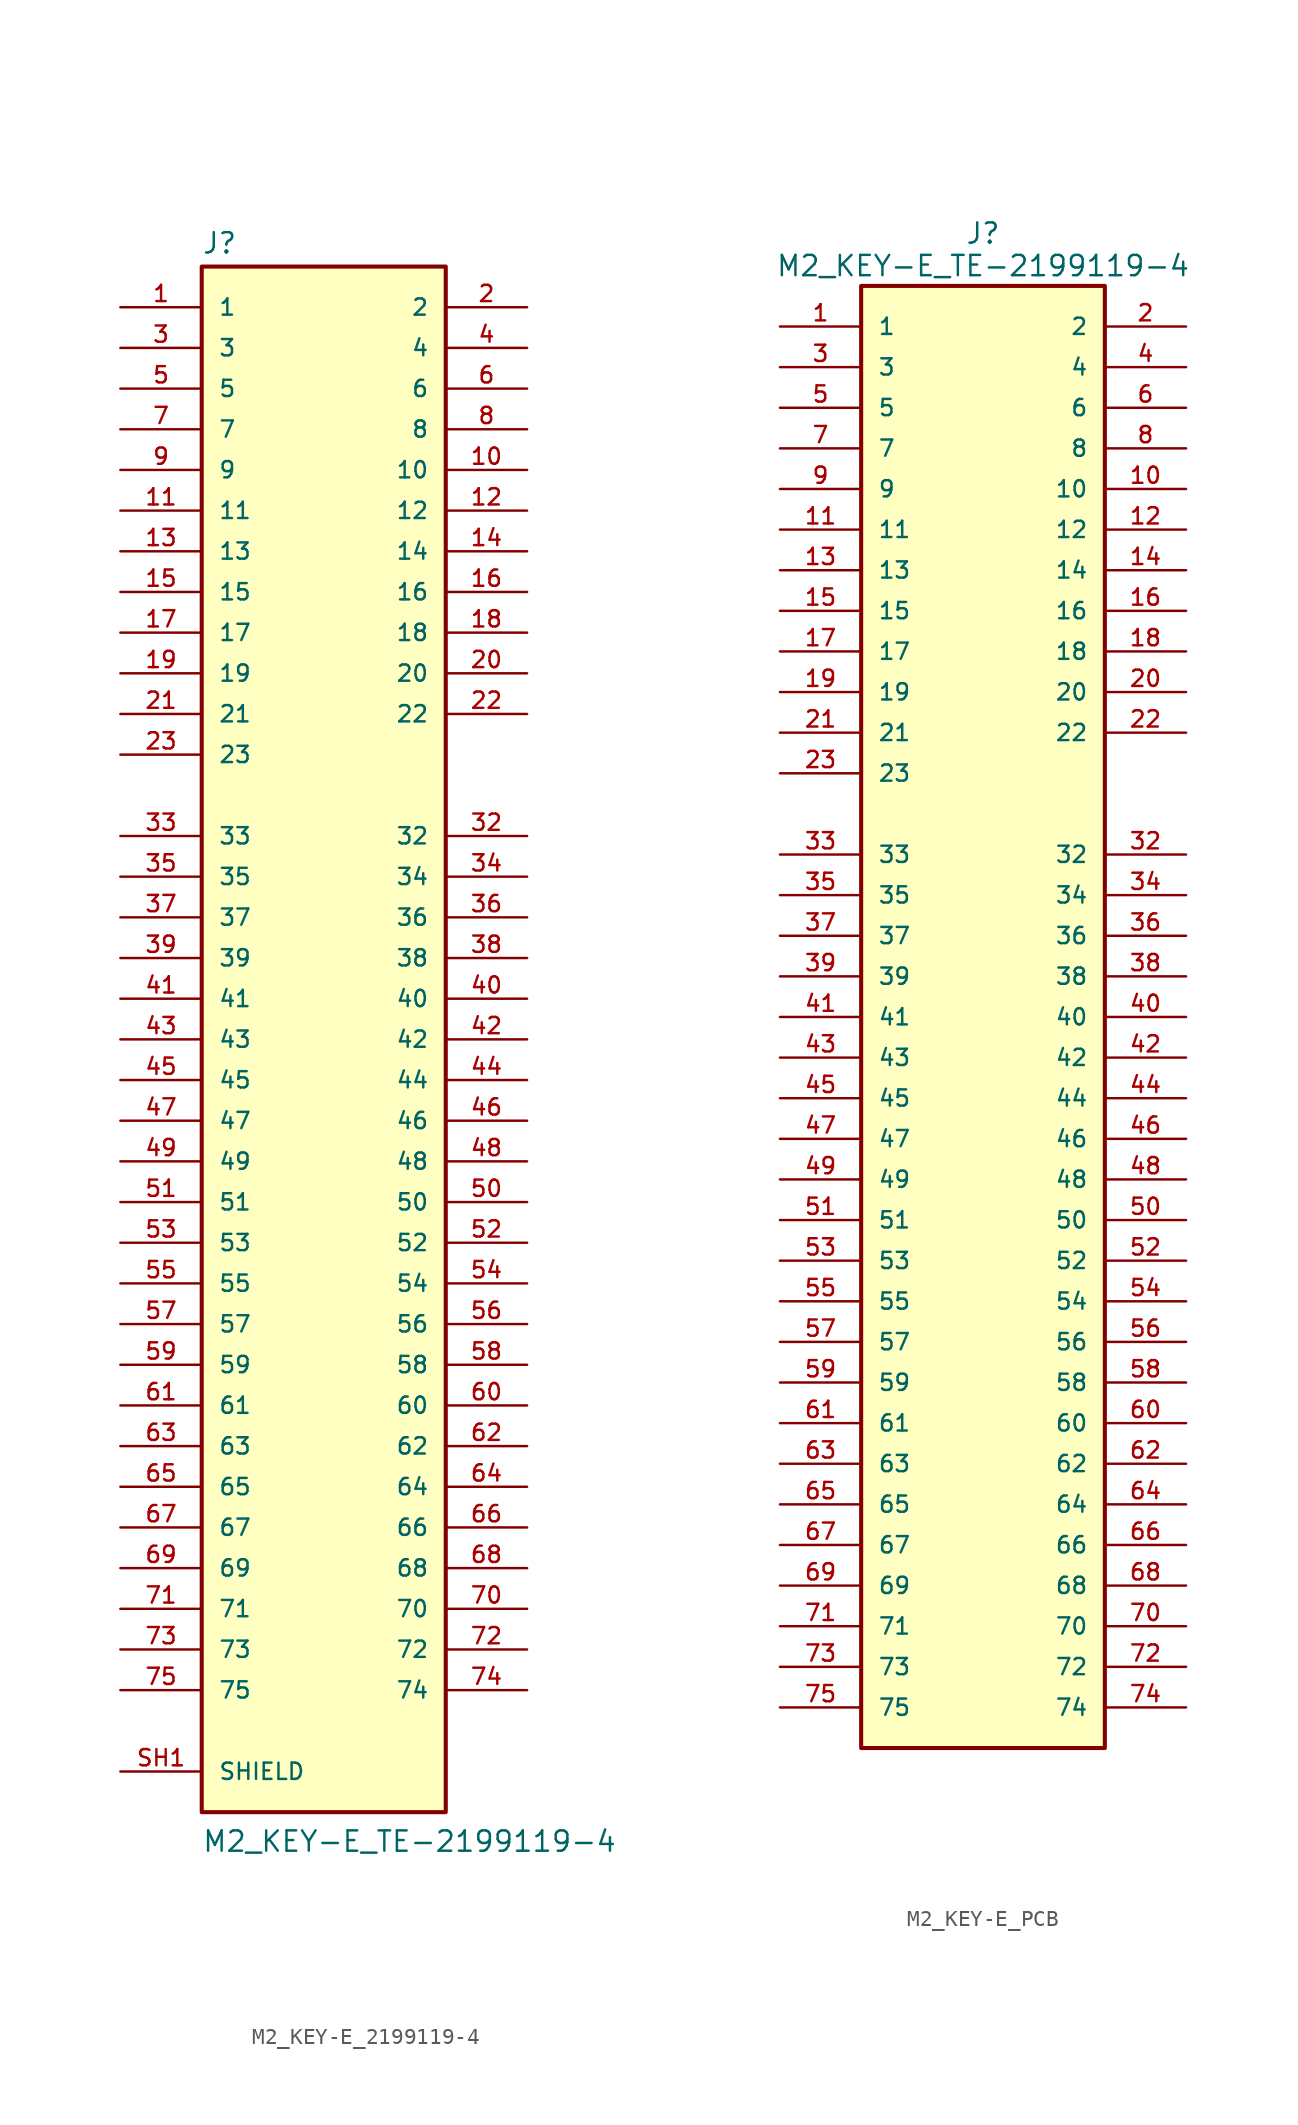
<source format=kicad_sym>
(kicad_symbol_lib
  (version 20231120)
  (generator "kicad_symbol_editor")
  (generator_version "8.0")
  (symbol "M2_KEY-E_2199119-4"
    (pin_names
      (offset 1.016))
    (property "Reference" "J"
      (at -7.633 48.977 0)
      (effects (font (size 1.27 1.27)) (justify left bottom)))
    (property "Value" "M2_KEY-E_TE-2199119-4"
      (at -7.625 -50.831 0)
      (effects (font (size 1.27 1.27)) (justify left bottom)))
    (symbol "M2_KEY-E_2199119-4_0_0"
      (rectangle (start -7.62 -48.26) (end 7.62 48.26) (stroke (width 0.254) (type default)) (fill (type background)))
      (pin passive line (at -12.7 45.72 0) (length 5.08) (name "1" (effects (font (size 1.016 1.016)))) (number "1" (effects (font (size 1.016 1.016)))))
      (pin passive line (at 12.7 35.56 180) (length 5.08) (name "10" (effects (font (size 1.016 1.016)))) (number "10" (effects (font (size 1.016 1.016)))))
      (pin passive line (at -12.7 33.02 0) (length 5.08) (name "11" (effects (font (size 1.016 1.016)))) (number "11" (effects (font (size 1.016 1.016)))))
      (pin passive line (at 12.7 33.02 180) (length 5.08) (name "12" (effects (font (size 1.016 1.016)))) (number "12" (effects (font (size 1.016 1.016)))))
      (pin passive line (at -12.7 30.48 0) (length 5.08) (name "13" (effects (font (size 1.016 1.016)))) (number "13" (effects (font (size 1.016 1.016)))))
      (pin passive line (at 12.7 30.48 180) (length 5.08) (name "14" (effects (font (size 1.016 1.016)))) (number "14" (effects (font (size 1.016 1.016)))))
      (pin passive line (at -12.7 27.94 0) (length 5.08) (name "15" (effects (font (size 1.016 1.016)))) (number "15" (effects (font (size 1.016 1.016)))))
      (pin passive line (at 12.7 27.94 180) (length 5.08) (name "16" (effects (font (size 1.016 1.016)))) (number "16" (effects (font (size 1.016 1.016)))))
      (pin passive line (at -12.7 25.4 0) (length 5.08) (name "17" (effects (font (size 1.016 1.016)))) (number "17" (effects (font (size 1.016 1.016)))))
      (pin passive line (at 12.7 25.4 180) (length 5.08) (name "18" (effects (font (size 1.016 1.016)))) (number "18" (effects (font (size 1.016 1.016)))))
      (pin passive line (at -12.7 22.86 0) (length 5.08) (name "19" (effects (font (size 1.016 1.016)))) (number "19" (effects (font (size 1.016 1.016)))))
      (pin passive line (at 12.7 45.72 180) (length 5.08) (name "2" (effects (font (size 1.016 1.016)))) (number "2" (effects (font (size 1.016 1.016)))))
      (pin passive line (at 12.7 22.86 180) (length 5.08) (name "20" (effects (font (size 1.016 1.016)))) (number "20" (effects (font (size 1.016 1.016)))))
      (pin passive line (at -12.7 20.32 0) (length 5.08) (name "21" (effects (font (size 1.016 1.016)))) (number "21" (effects (font (size 1.016 1.016)))))
      (pin passive line (at 12.7 20.32 180) (length 5.08) (name "22" (effects (font (size 1.016 1.016)))) (number "22" (effects (font (size 1.016 1.016)))))
      (pin passive line (at -12.7 17.78 0) (length 5.08) (name "23" (effects (font (size 1.016 1.016)))) (number "23" (effects (font (size 1.016 1.016)))))
      (pin passive line (at -12.7 43.18 0) (length 5.08) (name "3" (effects (font (size 1.016 1.016)))) (number "3" (effects (font (size 1.016 1.016)))))
      (pin passive line (at 12.7 12.7 180) (length 5.08) (name "32" (effects (font (size 1.016 1.016)))) (number "32" (effects (font (size 1.016 1.016)))))
      (pin passive line (at -12.7 12.7 0) (length 5.08) (name "33" (effects (font (size 1.016 1.016)))) (number "33" (effects (font (size 1.016 1.016)))))
      (pin passive line (at 12.7 10.16 180) (length 5.08) (name "34" (effects (font (size 1.016 1.016)))) (number "34" (effects (font (size 1.016 1.016)))))
      (pin passive line (at -12.7 10.16 0) (length 5.08) (name "35" (effects (font (size 1.016 1.016)))) (number "35" (effects (font (size 1.016 1.016)))))
      (pin passive line (at 12.7 7.62 180) (length 5.08) (name "36" (effects (font (size 1.016 1.016)))) (number "36" (effects (font (size 1.016 1.016)))))
      (pin passive line (at -12.7 7.62 0) (length 5.08) (name "37" (effects (font (size 1.016 1.016)))) (number "37" (effects (font (size 1.016 1.016)))))
      (pin passive line (at 12.7 5.08 180) (length 5.08) (name "38" (effects (font (size 1.016 1.016)))) (number "38" (effects (font (size 1.016 1.016)))))
      (pin passive line (at -12.7 5.08 0) (length 5.08) (name "39" (effects (font (size 1.016 1.016)))) (number "39" (effects (font (size 1.016 1.016)))))
      (pin passive line (at 12.7 43.18 180) (length 5.08) (name "4" (effects (font (size 1.016 1.016)))) (number "4" (effects (font (size 1.016 1.016)))))
      (pin passive line (at 12.7 2.54 180) (length 5.08) (name "40" (effects (font (size 1.016 1.016)))) (number "40" (effects (font (size 1.016 1.016)))))
      (pin passive line (at -12.7 2.54 0) (length 5.08) (name "41" (effects (font (size 1.016 1.016)))) (number "41" (effects (font (size 1.016 1.016)))))
      (pin passive line (at 12.7 0 180) (length 5.08) (name "42" (effects (font (size 1.016 1.016)))) (number "42" (effects (font (size 1.016 1.016)))))
      (pin passive line (at -12.7 0 0) (length 5.08) (name "43" (effects (font (size 1.016 1.016)))) (number "43" (effects (font (size 1.016 1.016)))))
      (pin passive line (at 12.7 -2.54 180) (length 5.08) (name "44" (effects (font (size 1.016 1.016)))) (number "44" (effects (font (size 1.016 1.016)))))
      (pin passive line (at -12.7 -2.54 0) (length 5.08) (name "45" (effects (font (size 1.016 1.016)))) (number "45" (effects (font (size 1.016 1.016)))))
      (pin passive line (at 12.7 -5.08 180) (length 5.08) (name "46" (effects (font (size 1.016 1.016)))) (number "46" (effects (font (size 1.016 1.016)))))
      (pin passive line (at -12.7 -5.08 0) (length 5.08) (name "47" (effects (font (size 1.016 1.016)))) (number "47" (effects (font (size 1.016 1.016)))))
      (pin passive line (at 12.7 -7.62 180) (length 5.08) (name "48" (effects (font (size 1.016 1.016)))) (number "48" (effects (font (size 1.016 1.016)))))
      (pin passive line (at -12.7 -7.62 0) (length 5.08) (name "49" (effects (font (size 1.016 1.016)))) (number "49" (effects (font (size 1.016 1.016)))))
      (pin passive line (at -12.7 40.64 0) (length 5.08) (name "5" (effects (font (size 1.016 1.016)))) (number "5" (effects (font (size 1.016 1.016)))))
      (pin passive line (at 12.7 -10.16 180) (length 5.08) (name "50" (effects (font (size 1.016 1.016)))) (number "50" (effects (font (size 1.016 1.016)))))
      (pin passive line (at -12.7 -10.16 0) (length 5.08) (name "51" (effects (font (size 1.016 1.016)))) (number "51" (effects (font (size 1.016 1.016)))))
      (pin passive line (at 12.7 -12.7 180) (length 5.08) (name "52" (effects (font (size 1.016 1.016)))) (number "52" (effects (font (size 1.016 1.016)))))
      (pin passive line (at -12.7 -12.7 0) (length 5.08) (name "53" (effects (font (size 1.016 1.016)))) (number "53" (effects (font (size 1.016 1.016)))))
      (pin passive line (at 12.7 -15.24 180) (length 5.08) (name "54" (effects (font (size 1.016 1.016)))) (number "54" (effects (font (size 1.016 1.016)))))
      (pin passive line (at -12.7 -15.24 0) (length 5.08) (name "55" (effects (font (size 1.016 1.016)))) (number "55" (effects (font (size 1.016 1.016)))))
      (pin passive line (at 12.7 -17.78 180) (length 5.08) (name "56" (effects (font (size 1.016 1.016)))) (number "56" (effects (font (size 1.016 1.016)))))
      (pin passive line (at -12.7 -17.78 0) (length 5.08) (name "57" (effects (font (size 1.016 1.016)))) (number "57" (effects (font (size 1.016 1.016)))))
      (pin passive line (at 12.7 -20.32 180) (length 5.08) (name "58" (effects (font (size 1.016 1.016)))) (number "58" (effects (font (size 1.016 1.016)))))
      (pin passive line (at -12.7 -20.32 0) (length 5.08) (name "59" (effects (font (size 1.016 1.016)))) (number "59" (effects (font (size 1.016 1.016)))))
      (pin passive line (at 12.7 40.64 180) (length 5.08) (name "6" (effects (font (size 1.016 1.016)))) (number "6" (effects (font (size 1.016 1.016)))))
      (pin passive line (at 12.7 -22.86 180) (length 5.08) (name "60" (effects (font (size 1.016 1.016)))) (number "60" (effects (font (size 1.016 1.016)))))
      (pin passive line (at -12.7 -22.86 0) (length 5.08) (name "61" (effects (font (size 1.016 1.016)))) (number "61" (effects (font (size 1.016 1.016)))))
      (pin passive line (at 12.7 -25.4 180) (length 5.08) (name "62" (effects (font (size 1.016 1.016)))) (number "62" (effects (font (size 1.016 1.016)))))
      (pin passive line (at -12.7 -25.4 0) (length 5.08) (name "63" (effects (font (size 1.016 1.016)))) (number "63" (effects (font (size 1.016 1.016)))))
      (pin passive line (at 12.7 -27.94 180) (length 5.08) (name "64" (effects (font (size 1.016 1.016)))) (number "64" (effects (font (size 1.016 1.016)))))
      (pin passive line (at -12.7 -27.94 0) (length 5.08) (name "65" (effects (font (size 1.016 1.016)))) (number "65" (effects (font (size 1.016 1.016)))))
      (pin passive line (at 12.7 -30.48 180) (length 5.08) (name "66" (effects (font (size 1.016 1.016)))) (number "66" (effects (font (size 1.016 1.016)))))
      (pin passive line (at -12.7 -30.48 0) (length 5.08) (name "67" (effects (font (size 1.016 1.016)))) (number "67" (effects (font (size 1.016 1.016)))))
      (pin passive line (at 12.7 -33.02 180) (length 5.08) (name "68" (effects (font (size 1.016 1.016)))) (number "68" (effects (font (size 1.016 1.016)))))
      (pin passive line (at -12.7 -33.02 0) (length 5.08) (name "69" (effects (font (size 1.016 1.016)))) (number "69" (effects (font (size 1.016 1.016)))))
      (pin passive line (at -12.7 38.1 0) (length 5.08) (name "7" (effects (font (size 1.016 1.016)))) (number "7" (effects (font (size 1.016 1.016)))))
      (pin passive line (at 12.7 -35.56 180) (length 5.08) (name "70" (effects (font (size 1.016 1.016)))) (number "70" (effects (font (size 1.016 1.016)))))
      (pin passive line (at -12.7 -35.56 0) (length 5.08) (name "71" (effects (font (size 1.016 1.016)))) (number "71" (effects (font (size 1.016 1.016)))))
      (pin passive line (at 12.7 -38.1 180) (length 5.08) (name "72" (effects (font (size 1.016 1.016)))) (number "72" (effects (font (size 1.016 1.016)))))
      (pin passive line (at -12.7 -38.1 0) (length 5.08) (name "73" (effects (font (size 1.016 1.016)))) (number "73" (effects (font (size 1.016 1.016)))))
      (pin passive line (at 12.7 -40.64 180) (length 5.08) (name "74" (effects (font (size 1.016 1.016)))) (number "74" (effects (font (size 1.016 1.016)))))
      (pin passive line (at -12.7 -40.64 0) (length 5.08) (name "75" (effects (font (size 1.016 1.016)))) (number "75" (effects (font (size 1.016 1.016)))))
      (pin passive line (at 12.7 38.1 180) (length 5.08) (name "8" (effects (font (size 1.016 1.016)))) (number "8" (effects (font (size 1.016 1.016)))))
      (pin passive line (at -12.7 35.56 0) (length 5.08) (name "9" (effects (font (size 1.016 1.016)))) (number "9" (effects (font (size 1.016 1.016)))))
      (pin passive line (at -12.7 -45.72 0) (length 5.08) (name "SHIELD" (effects (font (size 1.016 1.016)))) (number "SH1" (effects (font (size 1.016 1.016))))))
    (symbol "M2_KEY-E_2199119-4_1_0"
      (pin passive line (at -12.7 -45.72 0) (length 5.08) hide (name "SHIELD" (effects (font (size 1.016 1.016)))) (number "SH2" (effects (font (size 1.016 1.016)))))))
  (symbol "M2_KEY-E_PCB"
    (pin_names
      (offset 1.016))
    (property "Reference" "J"
      (at 0 50.8 0)
      (effects (font (size 1.27 1.27)) (justify bottom)))
    (property "Value" "M2_KEY-E_TE-2199119-4"
      (at 0 48.768 0)
      (effects (font (size 1.27 1.27)) (justify bottom)))
    (symbol "M2_KEY-E_PCB_0_0"
      (rectangle (start -7.62 48.26) (end 7.62 -43.18) (stroke (width 0.254) (type default)) (fill (type background)))
      (pin passive line (at -12.7 45.72 0) (length 5.08) (name "1" (effects (font (size 1.016 1.016)))) (number "1" (effects (font (size 1.016 1.016)))))
      (pin passive line (at 12.7 35.56 180) (length 5.08) (name "10" (effects (font (size 1.016 1.016)))) (number "10" (effects (font (size 1.016 1.016)))))
      (pin passive line (at -12.7 33.02 0) (length 5.08) (name "11" (effects (font (size 1.016 1.016)))) (number "11" (effects (font (size 1.016 1.016)))))
      (pin passive line (at 12.7 33.02 180) (length 5.08) (name "12" (effects (font (size 1.016 1.016)))) (number "12" (effects (font (size 1.016 1.016)))))
      (pin passive line (at -12.7 30.48 0) (length 5.08) (name "13" (effects (font (size 1.016 1.016)))) (number "13" (effects (font (size 1.016 1.016)))))
      (pin passive line (at 12.7 30.48 180) (length 5.08) (name "14" (effects (font (size 1.016 1.016)))) (number "14" (effects (font (size 1.016 1.016)))))
      (pin passive line (at -12.7 27.94 0) (length 5.08) (name "15" (effects (font (size 1.016 1.016)))) (number "15" (effects (font (size 1.016 1.016)))))
      (pin passive line (at 12.7 27.94 180) (length 5.08) (name "16" (effects (font (size 1.016 1.016)))) (number "16" (effects (font (size 1.016 1.016)))))
      (pin passive line (at -12.7 25.4 0) (length 5.08) (name "17" (effects (font (size 1.016 1.016)))) (number "17" (effects (font (size 1.016 1.016)))))
      (pin passive line (at 12.7 25.4 180) (length 5.08) (name "18" (effects (font (size 1.016 1.016)))) (number "18" (effects (font (size 1.016 1.016)))))
      (pin passive line (at -12.7 22.86 0) (length 5.08) (name "19" (effects (font (size 1.016 1.016)))) (number "19" (effects (font (size 1.016 1.016)))))
      (pin passive line (at 12.7 45.72 180) (length 5.08) (name "2" (effects (font (size 1.016 1.016)))) (number "2" (effects (font (size 1.016 1.016)))))
      (pin passive line (at 12.7 22.86 180) (length 5.08) (name "20" (effects (font (size 1.016 1.016)))) (number "20" (effects (font (size 1.016 1.016)))))
      (pin passive line (at -12.7 20.32 0) (length 5.08) (name "21" (effects (font (size 1.016 1.016)))) (number "21" (effects (font (size 1.016 1.016)))))
      (pin passive line (at 12.7 20.32 180) (length 5.08) (name "22" (effects (font (size 1.016 1.016)))) (number "22" (effects (font (size 1.016 1.016)))))
      (pin passive line (at -12.7 17.78 0) (length 5.08) (name "23" (effects (font (size 1.016 1.016)))) (number "23" (effects (font (size 1.016 1.016)))))
      (pin passive line (at -12.7 43.18 0) (length 5.08) (name "3" (effects (font (size 1.016 1.016)))) (number "3" (effects (font (size 1.016 1.016)))))
      (pin passive line (at 12.7 12.7 180) (length 5.08) (name "32" (effects (font (size 1.016 1.016)))) (number "32" (effects (font (size 1.016 1.016)))))
      (pin passive line (at -12.7 12.7 0) (length 5.08) (name "33" (effects (font (size 1.016 1.016)))) (number "33" (effects (font (size 1.016 1.016)))))
      (pin passive line (at 12.7 10.16 180) (length 5.08) (name "34" (effects (font (size 1.016 1.016)))) (number "34" (effects (font (size 1.016 1.016)))))
      (pin passive line (at -12.7 10.16 0) (length 5.08) (name "35" (effects (font (size 1.016 1.016)))) (number "35" (effects (font (size 1.016 1.016)))))
      (pin passive line (at 12.7 7.62 180) (length 5.08) (name "36" (effects (font (size 1.016 1.016)))) (number "36" (effects (font (size 1.016 1.016)))))
      (pin passive line (at -12.7 7.62 0) (length 5.08) (name "37" (effects (font (size 1.016 1.016)))) (number "37" (effects (font (size 1.016 1.016)))))
      (pin passive line (at 12.7 5.08 180) (length 5.08) (name "38" (effects (font (size 1.016 1.016)))) (number "38" (effects (font (size 1.016 1.016)))))
      (pin passive line (at -12.7 5.08 0) (length 5.08) (name "39" (effects (font (size 1.016 1.016)))) (number "39" (effects (font (size 1.016 1.016)))))
      (pin passive line (at 12.7 43.18 180) (length 5.08) (name "4" (effects (font (size 1.016 1.016)))) (number "4" (effects (font (size 1.016 1.016)))))
      (pin passive line (at 12.7 2.54 180) (length 5.08) (name "40" (effects (font (size 1.016 1.016)))) (number "40" (effects (font (size 1.016 1.016)))))
      (pin passive line (at -12.7 2.54 0) (length 5.08) (name "41" (effects (font (size 1.016 1.016)))) (number "41" (effects (font (size 1.016 1.016)))))
      (pin passive line (at 12.7 0 180) (length 5.08) (name "42" (effects (font (size 1.016 1.016)))) (number "42" (effects (font (size 1.016 1.016)))))
      (pin passive line (at -12.7 0 0) (length 5.08) (name "43" (effects (font (size 1.016 1.016)))) (number "43" (effects (font (size 1.016 1.016)))))
      (pin passive line (at 12.7 -2.54 180) (length 5.08) (name "44" (effects (font (size 1.016 1.016)))) (number "44" (effects (font (size 1.016 1.016)))))
      (pin passive line (at -12.7 -2.54 0) (length 5.08) (name "45" (effects (font (size 1.016 1.016)))) (number "45" (effects (font (size 1.016 1.016)))))
      (pin passive line (at 12.7 -5.08 180) (length 5.08) (name "46" (effects (font (size 1.016 1.016)))) (number "46" (effects (font (size 1.016 1.016)))))
      (pin passive line (at -12.7 -5.08 0) (length 5.08) (name "47" (effects (font (size 1.016 1.016)))) (number "47" (effects (font (size 1.016 1.016)))))
      (pin passive line (at 12.7 -7.62 180) (length 5.08) (name "48" (effects (font (size 1.016 1.016)))) (number "48" (effects (font (size 1.016 1.016)))))
      (pin passive line (at -12.7 -7.62 0) (length 5.08) (name "49" (effects (font (size 1.016 1.016)))) (number "49" (effects (font (size 1.016 1.016)))))
      (pin passive line (at -12.7 40.64 0) (length 5.08) (name "5" (effects (font (size 1.016 1.016)))) (number "5" (effects (font (size 1.016 1.016)))))
      (pin passive line (at 12.7 -10.16 180) (length 5.08) (name "50" (effects (font (size 1.016 1.016)))) (number "50" (effects (font (size 1.016 1.016)))))
      (pin passive line (at -12.7 -10.16 0) (length 5.08) (name "51" (effects (font (size 1.016 1.016)))) (number "51" (effects (font (size 1.016 1.016)))))
      (pin passive line (at 12.7 -12.7 180) (length 5.08) (name "52" (effects (font (size 1.016 1.016)))) (number "52" (effects (font (size 1.016 1.016)))))
      (pin passive line (at -12.7 -12.7 0) (length 5.08) (name "53" (effects (font (size 1.016 1.016)))) (number "53" (effects (font (size 1.016 1.016)))))
      (pin passive line (at 12.7 -15.24 180) (length 5.08) (name "54" (effects (font (size 1.016 1.016)))) (number "54" (effects (font (size 1.016 1.016)))))
      (pin passive line (at -12.7 -15.24 0) (length 5.08) (name "55" (effects (font (size 1.016 1.016)))) (number "55" (effects (font (size 1.016 1.016)))))
      (pin passive line (at 12.7 -17.78 180) (length 5.08) (name "56" (effects (font (size 1.016 1.016)))) (number "56" (effects (font (size 1.016 1.016)))))
      (pin passive line (at -12.7 -17.78 0) (length 5.08) (name "57" (effects (font (size 1.016 1.016)))) (number "57" (effects (font (size 1.016 1.016)))))
      (pin passive line (at 12.7 -20.32 180) (length 5.08) (name "58" (effects (font (size 1.016 1.016)))) (number "58" (effects (font (size 1.016 1.016)))))
      (pin passive line (at -12.7 -20.32 0) (length 5.08) (name "59" (effects (font (size 1.016 1.016)))) (number "59" (effects (font (size 1.016 1.016)))))
      (pin passive line (at 12.7 40.64 180) (length 5.08) (name "6" (effects (font (size 1.016 1.016)))) (number "6" (effects (font (size 1.016 1.016)))))
      (pin passive line (at 12.7 -22.86 180) (length 5.08) (name "60" (effects (font (size 1.016 1.016)))) (number "60" (effects (font (size 1.016 1.016)))))
      (pin passive line (at -12.7 -22.86 0) (length 5.08) (name "61" (effects (font (size 1.016 1.016)))) (number "61" (effects (font (size 1.016 1.016)))))
      (pin passive line (at 12.7 -25.4 180) (length 5.08) (name "62" (effects (font (size 1.016 1.016)))) (number "62" (effects (font (size 1.016 1.016)))))
      (pin passive line (at -12.7 -25.4 0) (length 5.08) (name "63" (effects (font (size 1.016 1.016)))) (number "63" (effects (font (size 1.016 1.016)))))
      (pin passive line (at 12.7 -27.94 180) (length 5.08) (name "64" (effects (font (size 1.016 1.016)))) (number "64" (effects (font (size 1.016 1.016)))))
      (pin passive line (at -12.7 -27.94 0) (length 5.08) (name "65" (effects (font (size 1.016 1.016)))) (number "65" (effects (font (size 1.016 1.016)))))
      (pin passive line (at 12.7 -30.48 180) (length 5.08) (name "66" (effects (font (size 1.016 1.016)))) (number "66" (effects (font (size 1.016 1.016)))))
      (pin passive line (at -12.7 -30.48 0) (length 5.08) (name "67" (effects (font (size 1.016 1.016)))) (number "67" (effects (font (size 1.016 1.016)))))
      (pin passive line (at 12.7 -33.02 180) (length 5.08) (name "68" (effects (font (size 1.016 1.016)))) (number "68" (effects (font (size 1.016 1.016)))))
      (pin passive line (at -12.7 -33.02 0) (length 5.08) (name "69" (effects (font (size 1.016 1.016)))) (number "69" (effects (font (size 1.016 1.016)))))
      (pin passive line (at -12.7 38.1 0) (length 5.08) (name "7" (effects (font (size 1.016 1.016)))) (number "7" (effects (font (size 1.016 1.016)))))
      (pin passive line (at 12.7 -35.56 180) (length 5.08) (name "70" (effects (font (size 1.016 1.016)))) (number "70" (effects (font (size 1.016 1.016)))))
      (pin passive line (at -12.7 -35.56 0) (length 5.08) (name "71" (effects (font (size 1.016 1.016)))) (number "71" (effects (font (size 1.016 1.016)))))
      (pin passive line (at 12.7 -38.1 180) (length 5.08) (name "72" (effects (font (size 1.016 1.016)))) (number "72" (effects (font (size 1.016 1.016)))))
      (pin passive line (at -12.7 -38.1 0) (length 5.08) (name "73" (effects (font (size 1.016 1.016)))) (number "73" (effects (font (size 1.016 1.016)))))
      (pin passive line (at 12.7 -40.64 180) (length 5.08) (name "74" (effects (font (size 1.016 1.016)))) (number "74" (effects (font (size 1.016 1.016)))))
      (pin passive line (at -12.7 -40.64 0) (length 5.08) (name "75" (effects (font (size 1.016 1.016)))) (number "75" (effects (font (size 1.016 1.016)))))
      (pin passive line (at 12.7 38.1 180) (length 5.08) (name "8" (effects (font (size 1.016 1.016)))) (number "8" (effects (font (size 1.016 1.016)))))
      (pin passive line (at -12.7 35.56 0) (length 5.08) (name "9" (effects (font (size 1.016 1.016)))) (number "9" (effects (font (size 1.016 1.016))))))))
</source>
